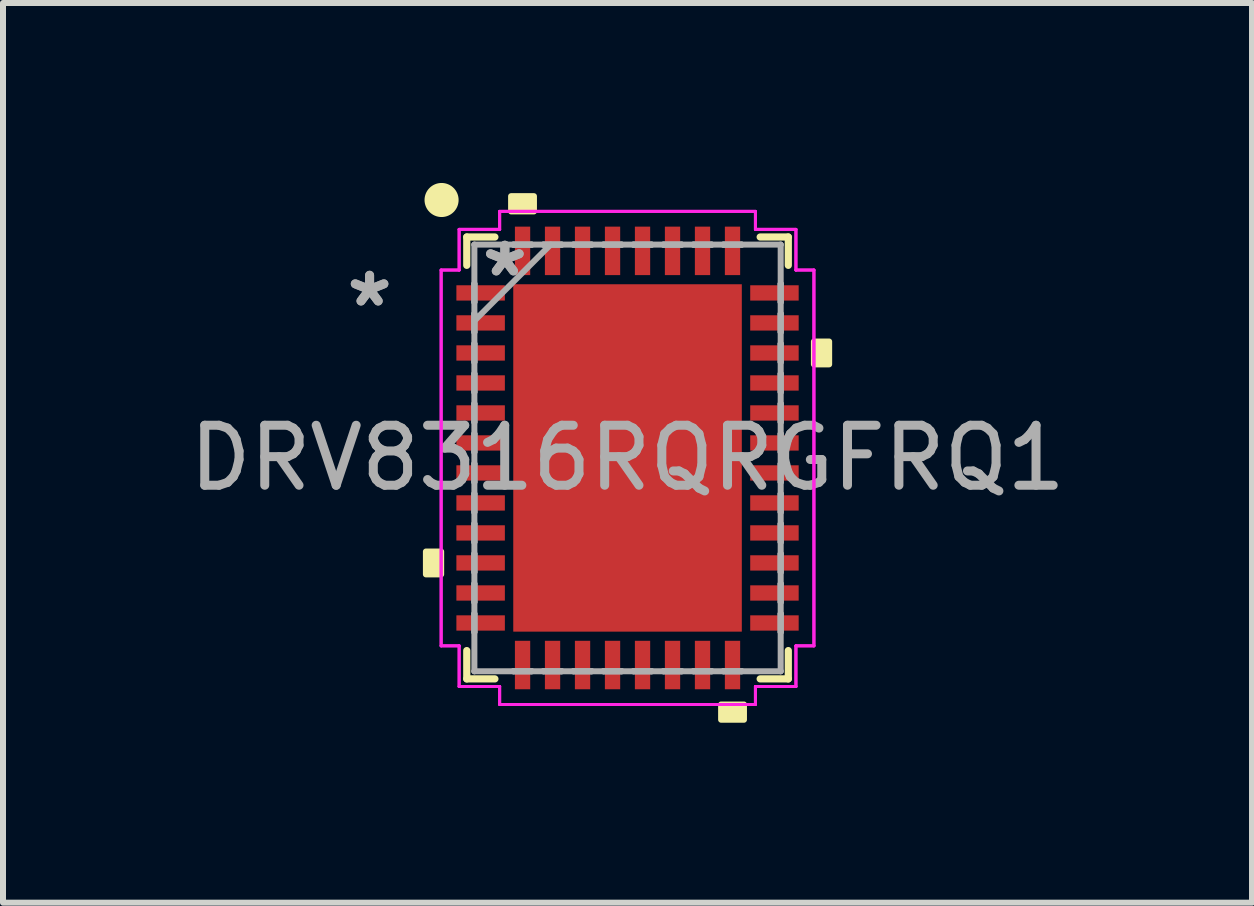
<source format=kicad_pcb>
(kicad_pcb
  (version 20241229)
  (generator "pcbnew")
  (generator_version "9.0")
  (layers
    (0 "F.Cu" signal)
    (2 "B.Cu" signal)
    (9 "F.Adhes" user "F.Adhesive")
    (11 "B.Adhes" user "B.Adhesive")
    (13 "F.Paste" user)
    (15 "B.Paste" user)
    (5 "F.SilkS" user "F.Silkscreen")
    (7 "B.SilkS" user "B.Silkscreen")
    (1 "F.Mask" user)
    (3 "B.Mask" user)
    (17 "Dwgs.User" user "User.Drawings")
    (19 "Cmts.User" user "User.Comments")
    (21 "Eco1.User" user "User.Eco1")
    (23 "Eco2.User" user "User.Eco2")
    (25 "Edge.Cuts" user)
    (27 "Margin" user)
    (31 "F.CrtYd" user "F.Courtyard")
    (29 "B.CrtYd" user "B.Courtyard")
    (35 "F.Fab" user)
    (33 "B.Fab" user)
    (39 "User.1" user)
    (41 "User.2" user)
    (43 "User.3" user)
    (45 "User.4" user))
  (footprint "DRV8316RQRGFRQ1"
    (layer "F.Cu")
    (at 7.411 4.584)
    (property "Reference" "DRV8316RQRGFRQ1" (at 0 0 180) (layer "F.Fab") (effects (font (size 1 1) (thickness 0.15))))
    (attr through_hole)
    (fp_line (start -2.68 -3.683) (end -2.68 -3.211) (stroke (width 0.12) (type solid)) (layer "F.SilkS"))
    (fp_line (start -2.68 3.211) (end -2.68 3.683) (stroke (width 0.12) (type solid)) (layer "F.SilkS"))
    (fp_line (start -2.68 3.683) (end -2.211 3.683) (stroke (width 0.12) (type solid)) (layer "F.SilkS"))
    (fp_line (start -2.211 -3.683) (end -2.68 -3.683) (stroke (width 0.12) (type solid)) (layer "F.SilkS"))
    (fp_line (start 2.211 3.683) (end 2.68 3.683) (stroke (width 0.12) (type solid)) (layer "F.SilkS"))
    (fp_line (start 2.68 -3.683) (end 2.211 -3.683) (stroke (width 0.12) (type solid)) (layer "F.SilkS"))
    (fp_line (start 2.68 -3.211) (end 2.68 -3.683) (stroke (width 0.12) (type solid)) (layer "F.SilkS"))
    (fp_line (start 2.68 3.683) (end 2.68 3.211) (stroke (width 0.12) (type solid)) (layer "F.SilkS"))
    (fp_circle (center -3.1 -4.3) (end -2.876 -4.3) (stroke (width 0.12) (type solid)) (fill yes) (layer "F.SilkS"))
    (fp_poly (pts (xy -3.361 1.56) (xy -3.361 1.941) (xy -3.107 1.941) (xy -3.107 1.56)) (stroke (width 0.1) (type solid)) (fill yes) (layer "F.SilkS"))
    (fp_poly (pts (xy -1.941 -4.11) (xy -1.941 -4.364) (xy -1.56 -4.364) (xy -1.56 -4.11)) (stroke (width 0.1) (type solid)) (fill yes) (layer "F.SilkS"))
    (fp_poly (pts (xy 1.56 4.11) (xy 1.56 4.364) (xy 1.941 4.364) (xy 1.941 4.11)) (stroke (width 0.1) (type solid)) (fill yes) (layer "F.SilkS"))
    (fp_poly (pts (xy 3.361 -1.941) (xy 3.361 -1.56) (xy 3.107 -1.56) (xy 3.107 -1.941)) (stroke (width 0.1) (type solid)) (fill yes) (layer "F.SilkS"))
    (fp_poly (pts (xy -1.805 -2.796) (xy -1.805 -1.548) (xy -0.735 -1.548) (xy -0.735 -2.796)) (stroke (width 0.1) (type solid)) (fill yes) (layer "F.Paste"))
    (fp_poly (pts (xy -1.805 -1.348) (xy -1.805 -0.1) (xy -0.735 -0.1) (xy -0.735 -1.348)) (stroke (width 0.1) (type solid)) (fill yes) (layer "F.Paste"))
    (fp_poly (pts (xy -1.805 0.1) (xy -1.805 1.348) (xy -0.735 1.348) (xy -0.735 0.1)) (stroke (width 0.1) (type solid)) (fill yes) (layer "F.Paste"))
    (fp_poly (pts (xy -1.805 1.548) (xy -1.805 2.796) (xy -0.735 2.796) (xy -0.735 1.548)) (stroke (width 0.1) (type solid)) (fill yes) (layer "F.Paste"))
    (fp_poly (pts (xy -0.535 -2.796) (xy -0.535 -1.548) (xy 0.535 -1.548) (xy 0.535 -2.796)) (stroke (width 0.1) (type solid)) (fill yes) (layer "F.Paste"))
    (fp_poly (pts (xy -0.535 -1.348) (xy -0.535 -0.1) (xy 0.535 -0.1) (xy 0.535 -1.348)) (stroke (width 0.1) (type solid)) (fill yes) (layer "F.Paste"))
    (fp_poly (pts (xy -0.535 0.1) (xy -0.535 1.348) (xy 0.535 1.348) (xy 0.535 0.1)) (stroke (width 0.1) (type solid)) (fill yes) (layer "F.Paste"))
    (fp_poly (pts (xy -0.535 1.548) (xy -0.535 2.796) (xy 0.535 2.796) (xy 0.535 1.548)) (stroke (width 0.1) (type solid)) (fill yes) (layer "F.Paste"))
    (fp_poly (pts (xy 0.735 -2.796) (xy 0.735 -1.548) (xy 1.805 -1.548) (xy 1.805 -2.796)) (stroke (width 0.1) (type solid)) (fill yes) (layer "F.Paste"))
    (fp_poly (pts (xy 0.735 -1.348) (xy 0.735 -0.1) (xy 1.805 -0.1) (xy 1.805 -1.348)) (stroke (width 0.1) (type solid)) (fill yes) (layer "F.Paste"))
    (fp_poly (pts (xy 0.735 0.1) (xy 0.735 1.348) (xy 1.805 1.348) (xy 1.805 0.1)) (stroke (width 0.1) (type solid)) (fill yes) (layer "F.Paste"))
    (fp_poly (pts (xy 0.735 1.548) (xy 0.735 2.796) (xy 1.805 2.796) (xy 1.805 1.548)) (stroke (width 0.1) (type solid)) (fill yes) (layer "F.Paste"))
    (fp_line (start -3.107 -3.132) (end -2.807 -3.132) (stroke (width 0.05) (type solid)) (layer "F.CrtYd"))
    (fp_line (start -3.107 -3.132) (end -2.807 -3.132) (stroke (width 0.05) (type solid)) (layer "F.CrtYd"))
    (fp_line (start -3.107 3.132) (end -3.107 -3.132) (stroke (width 0.05) (type solid)) (layer "F.CrtYd"))
    (fp_line (start -3.107 3.132) (end -3.107 -3.132) (stroke (width 0.05) (type solid)) (layer "F.CrtYd"))
    (fp_line (start -2.807 -3.81) (end -2.132 -3.81) (stroke (width 0.05) (type solid)) (layer "F.CrtYd"))
    (fp_line (start -2.807 -3.81) (end -2.132 -3.81) (stroke (width 0.05) (type solid)) (layer "F.CrtYd"))
    (fp_line (start -2.807 -3.132) (end -2.807 -3.81) (stroke (width 0.05) (type solid)) (layer "F.CrtYd"))
    (fp_line (start -2.807 -3.132) (end -2.807 -3.81) (stroke (width 0.05) (type solid)) (layer "F.CrtYd"))
    (fp_line (start -2.807 3.132) (end -3.107 3.132) (stroke (width 0.05) (type solid)) (layer "F.CrtYd"))
    (fp_line (start -2.807 3.132) (end -3.107 3.132) (stroke (width 0.05) (type solid)) (layer "F.CrtYd"))
    (fp_line (start -2.807 3.81) (end -2.807 3.132) (stroke (width 0.05) (type solid)) (layer "F.CrtYd"))
    (fp_line (start -2.807 3.81) (end -2.807 3.132) (stroke (width 0.05) (type solid)) (layer "F.CrtYd"))
    (fp_line (start -2.132 -4.11) (end 2.132 -4.11) (stroke (width 0.05) (type solid)) (layer "F.CrtYd"))
    (fp_line (start -2.132 -4.11) (end 2.132 -4.11) (stroke (width 0.05) (type solid)) (layer "F.CrtYd"))
    (fp_line (start -2.132 -3.81) (end -2.132 -4.11) (stroke (width 0.05) (type solid)) (layer "F.CrtYd"))
    (fp_line (start -2.132 -3.81) (end -2.132 -4.11) (stroke (width 0.05) (type solid)) (layer "F.CrtYd"))
    (fp_line (start -2.132 3.81) (end -2.807 3.81) (stroke (width 0.05) (type solid)) (layer "F.CrtYd"))
    (fp_line (start -2.132 3.81) (end -2.807 3.81) (stroke (width 0.05) (type solid)) (layer "F.CrtYd"))
    (fp_line (start -2.132 4.11) (end -2.132 3.81) (stroke (width 0.05) (type solid)) (layer "F.CrtYd"))
    (fp_line (start -2.132 4.11) (end -2.132 3.81) (stroke (width 0.05) (type solid)) (layer "F.CrtYd"))
    (fp_line (start 2.132 -4.11) (end 2.132 -3.81) (stroke (width 0.05) (type solid)) (layer "F.CrtYd"))
    (fp_line (start 2.132 -4.11) (end 2.132 -3.81) (stroke (width 0.05) (type solid)) (layer "F.CrtYd"))
    (fp_line (start 2.132 -3.81) (end 2.807 -3.81) (stroke (width 0.05) (type solid)) (layer "F.CrtYd"))
    (fp_line (start 2.132 -3.81) (end 2.807 -3.81) (stroke (width 0.05) (type solid)) (layer "F.CrtYd"))
    (fp_line (start 2.132 3.81) (end 2.132 4.11) (stroke (width 0.05) (type solid)) (layer "F.CrtYd"))
    (fp_line (start 2.132 3.81) (end 2.132 4.11) (stroke (width 0.05) (type solid)) (layer "F.CrtYd"))
    (fp_line (start 2.132 4.11) (end -2.132 4.11) (stroke (width 0.05) (type solid)) (layer "F.CrtYd"))
    (fp_line (start 2.132 4.11) (end -2.132 4.11) (stroke (width 0.05) (type solid)) (layer "F.CrtYd"))
    (fp_line (start 2.807 -3.81) (end 2.807 -3.132) (stroke (width 0.05) (type solid)) (layer "F.CrtYd"))
    (fp_line (start 2.807 -3.81) (end 2.807 -3.132) (stroke (width 0.05) (type solid)) (layer "F.CrtYd"))
    (fp_line (start 2.807 -3.132) (end 3.107 -3.132) (stroke (width 0.05) (type solid)) (layer "F.CrtYd"))
    (fp_line (start 2.807 -3.132) (end 3.107 -3.132) (stroke (width 0.05) (type solid)) (layer "F.CrtYd"))
    (fp_line (start 2.807 3.132) (end 2.807 3.81) (stroke (width 0.05) (type solid)) (layer "F.CrtYd"))
    (fp_line (start 2.807 3.132) (end 2.807 3.81) (stroke (width 0.05) (type solid)) (layer "F.CrtYd"))
    (fp_line (start 2.807 3.81) (end 2.132 3.81) (stroke (width 0.05) (type solid)) (layer "F.CrtYd"))
    (fp_line (start 2.807 3.81) (end 2.132 3.81) (stroke (width 0.05) (type solid)) (layer "F.CrtYd"))
    (fp_line (start 3.107 -3.132) (end 3.107 3.132) (stroke (width 0.05) (type solid)) (layer "F.CrtYd"))
    (fp_line (start 3.107 -3.132) (end 3.107 3.132) (stroke (width 0.05) (type solid)) (layer "F.CrtYd"))
    (fp_line (start 3.107 3.132) (end 2.807 3.132) (stroke (width 0.05) (type solid)) (layer "F.CrtYd"))
    (fp_line (start 3.107 3.132) (end 2.807 3.132) (stroke (width 0.05) (type solid)) (layer "F.CrtYd"))
    (fp_line (start -2.553 -3.556) (end -2.553 -3.556) (stroke (width 0.1) (type solid)) (layer "F.Fab"))
    (fp_line (start -2.553 -3.556) (end -2.553 3.556) (stroke (width 0.1) (type solid)) (layer "F.Fab"))
    (fp_line (start -2.553 -2.903) (end -2.553 -2.903) (stroke (width 0.1) (type solid)) (layer "F.Fab"))
    (fp_line (start -2.553 -2.903) (end -2.553 -2.598) (stroke (width 0.1) (type solid)) (layer "F.Fab"))
    (fp_line (start -2.553 -2.598) (end -2.553 -2.903) (stroke (width 0.1) (type solid)) (layer "F.Fab"))
    (fp_line (start -2.553 -2.598) (end -2.553 -2.598) (stroke (width 0.1) (type solid)) (layer "F.Fab"))
    (fp_line (start -2.553 -2.403) (end -2.553 -2.403) (stroke (width 0.1) (type solid)) (layer "F.Fab"))
    (fp_line (start -2.553 -2.403) (end -2.553 -2.098) (stroke (width 0.1) (type solid)) (layer "F.Fab"))
    (fp_line (start -2.553 -2.286) (end -1.283 -3.556) (stroke (width 0.1) (type solid)) (layer "F.Fab"))
    (fp_line (start -2.553 -2.098) (end -2.553 -2.403) (stroke (width 0.1) (type solid)) (layer "F.Fab"))
    (fp_line (start -2.553 -2.098) (end -2.553 -2.098) (stroke (width 0.1) (type solid)) (layer "F.Fab"))
    (fp_line (start -2.553 -1.903) (end -2.553 -1.903) (stroke (width 0.1) (type solid)) (layer "F.Fab"))
    (fp_line (start -2.553 -1.903) (end -2.553 -1.598) (stroke (width 0.1) (type solid)) (layer "F.Fab"))
    (fp_line (start -2.553 -1.598) (end -2.553 -1.903) (stroke (width 0.1) (type solid)) (layer "F.Fab"))
    (fp_line (start -2.553 -1.598) (end -2.553 -1.598) (stroke (width 0.1) (type solid)) (layer "F.Fab"))
    (fp_line (start -2.553 -1.403) (end -2.553 -1.403) (stroke (width 0.1) (type solid)) (layer "F.Fab"))
    (fp_line (start -2.553 -1.403) (end -2.553 -1.098) (stroke (width 0.1) (type solid)) (layer "F.Fab"))
    (fp_line (start -2.553 -1.098) (end -2.553 -1.403) (stroke (width 0.1) (type solid)) (layer "F.Fab"))
    (fp_line (start -2.553 -1.098) (end -2.553 -1.098) (stroke (width 0.1) (type solid)) (layer "F.Fab"))
    (fp_line (start -2.553 -0.903) (end -2.553 -0.903) (stroke (width 0.1) (type solid)) (layer "F.Fab"))
    (fp_line (start -2.553 -0.903) (end -2.553 -0.598) (stroke (width 0.1) (type solid)) (layer "F.Fab"))
    (fp_line (start -2.553 -0.598) (end -2.553 -0.903) (stroke (width 0.1) (type solid)) (layer "F.Fab"))
    (fp_line (start -2.553 -0.598) (end -2.553 -0.598) (stroke (width 0.1) (type solid)) (layer "F.Fab"))
    (fp_line (start -2.553 -0.402) (end -2.553 -0.402) (stroke (width 0.1) (type solid)) (layer "F.Fab"))
    (fp_line (start -2.553 -0.402) (end -2.553 -0.098) (stroke (width 0.1) (type solid)) (layer "F.Fab"))
    (fp_line (start -2.553 -0.098) (end -2.553 -0.402) (stroke (width 0.1) (type solid)) (layer "F.Fab"))
    (fp_line (start -2.553 -0.098) (end -2.553 -0.098) (stroke (width 0.1) (type solid)) (layer "F.Fab"))
    (fp_line (start -2.553 0.098) (end -2.553 0.098) (stroke (width 0.1) (type solid)) (layer "F.Fab"))
    (fp_line (start -2.553 0.098) (end -2.553 0.402) (stroke (width 0.1) (type solid)) (layer "F.Fab"))
    (fp_line (start -2.553 0.402) (end -2.553 0.098) (stroke (width 0.1) (type solid)) (layer "F.Fab"))
    (fp_line (start -2.553 0.402) (end -2.553 0.402) (stroke (width 0.1) (type solid)) (layer "F.Fab"))
    (fp_line (start -2.553 0.598) (end -2.553 0.598) (stroke (width 0.1) (type solid)) (layer "F.Fab"))
    (fp_line (start -2.553 0.598) (end -2.553 0.903) (stroke (width 0.1) (type solid)) (layer "F.Fab"))
    (fp_line (start -2.553 0.903) (end -2.553 0.598) (stroke (width 0.1) (type solid)) (layer "F.Fab"))
    (fp_line (start -2.553 0.903) (end -2.553 0.903) (stroke (width 0.1) (type solid)) (layer "F.Fab"))
    (fp_line (start -2.553 1.098) (end -2.553 1.098) (stroke (width 0.1) (type solid)) (layer "F.Fab"))
    (fp_line (start -2.553 1.098) (end -2.553 1.403) (stroke (width 0.1) (type solid)) (layer "F.Fab"))
    (fp_line (start -2.553 1.403) (end -2.553 1.098) (stroke (width 0.1) (type solid)) (layer "F.Fab"))
    (fp_line (start -2.553 1.403) (end -2.553 1.403) (stroke (width 0.1) (type solid)) (layer "F.Fab"))
    (fp_line (start -2.553 1.598) (end -2.553 1.598) (stroke (width 0.1) (type solid)) (layer "F.Fab"))
    (fp_line (start -2.553 1.598) (end -2.553 1.903) (stroke (width 0.1) (type solid)) (layer "F.Fab"))
    (fp_line (start -2.553 1.903) (end -2.553 1.598) (stroke (width 0.1) (type solid)) (layer "F.Fab"))
    (fp_line (start -2.553 1.903) (end -2.553 1.903) (stroke (width 0.1) (type solid)) (layer "F.Fab"))
    (fp_line (start -2.553 2.098) (end -2.553 2.098) (stroke (width 0.1) (type solid)) (layer "F.Fab"))
    (fp_line (start -2.553 2.098) (end -2.553 2.403) (stroke (width 0.1) (type solid)) (layer "F.Fab"))
    (fp_line (start -2.553 2.403) (end -2.553 2.098) (stroke (width 0.1) (type solid)) (layer "F.Fab"))
    (fp_line (start -2.553 2.403) (end -2.553 2.403) (stroke (width 0.1) (type solid)) (layer "F.Fab"))
    (fp_line (start -2.553 2.598) (end -2.553 2.598) (stroke (width 0.1) (type solid)) (layer "F.Fab"))
    (fp_line (start -2.553 2.598) (end -2.553 2.903) (stroke (width 0.1) (type solid)) (layer "F.Fab"))
    (fp_line (start -2.553 2.903) (end -2.553 2.598) (stroke (width 0.1) (type solid)) (layer "F.Fab"))
    (fp_line (start -2.553 2.903) (end -2.553 2.903) (stroke (width 0.1) (type solid)) (layer "F.Fab"))
    (fp_line (start -2.553 3.556) (end -2.553 3.556) (stroke (width 0.1) (type solid)) (layer "F.Fab"))
    (fp_line (start -2.553 3.556) (end 2.553 3.556) (stroke (width 0.1) (type solid)) (layer "F.Fab"))
    (fp_line (start -1.903 -3.556) (end -1.903 -3.556) (stroke (width 0.1) (type solid)) (layer "F.Fab"))
    (fp_line (start -1.903 -3.556) (end -1.598 -3.556) (stroke (width 0.1) (type solid)) (layer "F.Fab"))
    (fp_line (start -1.903 3.556) (end -1.903 3.556) (stroke (width 0.1) (type solid)) (layer "F.Fab"))
    (fp_line (start -1.903 3.556) (end -1.598 3.556) (stroke (width 0.1) (type solid)) (layer "F.Fab"))
    (fp_line (start -1.598 -3.556) (end -1.903 -3.556) (stroke (width 0.1) (type solid)) (layer "F.Fab"))
    (fp_line (start -1.598 -3.556) (end -1.598 -3.556) (stroke (width 0.1) (type solid)) (layer "F.Fab"))
    (fp_line (start -1.598 3.556) (end -1.903 3.556) (stroke (width 0.1) (type solid)) (layer "F.Fab"))
    (fp_line (start -1.598 3.556) (end -1.598 3.556) (stroke (width 0.1) (type solid)) (layer "F.Fab"))
    (fp_line (start -1.403 -3.556) (end -1.403 -3.556) (stroke (width 0.1) (type solid)) (layer "F.Fab"))
    (fp_line (start -1.403 -3.556) (end -1.098 -3.556) (stroke (width 0.1) (type solid)) (layer "F.Fab"))
    (fp_line (start -1.403 3.556) (end -1.403 3.556) (stroke (width 0.1) (type solid)) (layer "F.Fab"))
    (fp_line (start -1.403 3.556) (end -1.098 3.556) (stroke (width 0.1) (type solid)) (layer "F.Fab"))
    (fp_line (start -1.098 -3.556) (end -1.403 -3.556) (stroke (width 0.1) (type solid)) (layer "F.Fab"))
    (fp_line (start -1.098 -3.556) (end -1.098 -3.556) (stroke (width 0.1) (type solid)) (layer "F.Fab"))
    (fp_line (start -1.098 3.556) (end -1.403 3.556) (stroke (width 0.1) (type solid)) (layer "F.Fab"))
    (fp_line (start -1.098 3.556) (end -1.098 3.556) (stroke (width 0.1) (type solid)) (layer "F.Fab"))
    (fp_line (start -0.903 -3.556) (end -0.903 -3.556) (stroke (width 0.1) (type solid)) (layer "F.Fab"))
    (fp_line (start -0.903 -3.556) (end -0.598 -3.556) (stroke (width 0.1) (type solid)) (layer "F.Fab"))
    (fp_line (start -0.903 3.556) (end -0.903 3.556) (stroke (width 0.1) (type solid)) (layer "F.Fab"))
    (fp_line (start -0.903 3.556) (end -0.598 3.556) (stroke (width 0.1) (type solid)) (layer "F.Fab"))
    (fp_line (start -0.598 -3.556) (end -0.903 -3.556) (stroke (width 0.1) (type solid)) (layer "F.Fab"))
    (fp_line (start -0.598 -3.556) (end -0.598 -3.556) (stroke (width 0.1) (type solid)) (layer "F.Fab"))
    (fp_line (start -0.598 3.556) (end -0.903 3.556) (stroke (width 0.1) (type solid)) (layer "F.Fab"))
    (fp_line (start -0.598 3.556) (end -0.598 3.556) (stroke (width 0.1) (type solid)) (layer "F.Fab"))
    (fp_line (start -0.402 -3.556) (end -0.402 -3.556) (stroke (width 0.1) (type solid)) (layer "F.Fab"))
    (fp_line (start -0.402 -3.556) (end -0.098 -3.556) (stroke (width 0.1) (type solid)) (layer "F.Fab"))
    (fp_line (start -0.402 3.556) (end -0.402 3.556) (stroke (width 0.1) (type solid)) (layer "F.Fab"))
    (fp_line (start -0.402 3.556) (end -0.098 3.556) (stroke (width 0.1) (type solid)) (layer "F.Fab"))
    (fp_line (start -0.098 -3.556) (end -0.402 -3.556) (stroke (width 0.1) (type solid)) (layer "F.Fab"))
    (fp_line (start -0.098 -3.556) (end -0.098 -3.556) (stroke (width 0.1) (type solid)) (layer "F.Fab"))
    (fp_line (start -0.098 3.556) (end -0.402 3.556) (stroke (width 0.1) (type solid)) (layer "F.Fab"))
    (fp_line (start -0.098 3.556) (end -0.098 3.556) (stroke (width 0.1) (type solid)) (layer "F.Fab"))
    (fp_line (start 0.098 -3.556) (end 0.098 -3.556) (stroke (width 0.1) (type solid)) (layer "F.Fab"))
    (fp_line (start 0.098 -3.556) (end 0.402 -3.556) (stroke (width 0.1) (type solid)) (layer "F.Fab"))
    (fp_line (start 0.098 3.556) (end 0.098 3.556) (stroke (width 0.1) (type solid)) (layer "F.Fab"))
    (fp_line (start 0.098 3.556) (end 0.402 3.556) (stroke (width 0.1) (type solid)) (layer "F.Fab"))
    (fp_line (start 0.402 -3.556) (end 0.098 -3.556) (stroke (width 0.1) (type solid)) (layer "F.Fab"))
    (fp_line (start 0.402 -3.556) (end 0.402 -3.556) (stroke (width 0.1) (type solid)) (layer "F.Fab"))
    (fp_line (start 0.402 3.556) (end 0.098 3.556) (stroke (width 0.1) (type solid)) (layer "F.Fab"))
    (fp_line (start 0.402 3.556) (end 0.402 3.556) (stroke (width 0.1) (type solid)) (layer "F.Fab"))
    (fp_line (start 0.598 -3.556) (end 0.598 -3.556) (stroke (width 0.1) (type solid)) (layer "F.Fab"))
    (fp_line (start 0.598 -3.556) (end 0.903 -3.556) (stroke (width 0.1) (type solid)) (layer "F.Fab"))
    (fp_line (start 0.598 3.556) (end 0.598 3.556) (stroke (width 0.1) (type solid)) (layer "F.Fab"))
    (fp_line (start 0.598 3.556) (end 0.903 3.556) (stroke (width 0.1) (type solid)) (layer "F.Fab"))
    (fp_line (start 0.903 -3.556) (end 0.598 -3.556) (stroke (width 0.1) (type solid)) (layer "F.Fab"))
    (fp_line (start 0.903 -3.556) (end 0.903 -3.556) (stroke (width 0.1) (type solid)) (layer "F.Fab"))
    (fp_line (start 0.903 3.556) (end 0.598 3.556) (stroke (width 0.1) (type solid)) (layer "F.Fab"))
    (fp_line (start 0.903 3.556) (end 0.903 3.556) (stroke (width 0.1) (type solid)) (layer "F.Fab"))
    (fp_line (start 1.098 -3.556) (end 1.098 -3.556) (stroke (width 0.1) (type solid)) (layer "F.Fab"))
    (fp_line (start 1.098 -3.556) (end 1.403 -3.556) (stroke (width 0.1) (type solid)) (layer "F.Fab"))
    (fp_line (start 1.098 3.556) (end 1.098 3.556) (stroke (width 0.1) (type solid)) (layer "F.Fab"))
    (fp_line (start 1.098 3.556) (end 1.403 3.556) (stroke (width 0.1) (type solid)) (layer "F.Fab"))
    (fp_line (start 1.403 -3.556) (end 1.098 -3.556) (stroke (width 0.1) (type solid)) (layer "F.Fab"))
    (fp_line (start 1.403 -3.556) (end 1.403 -3.556) (stroke (width 0.1) (type solid)) (layer "F.Fab"))
    (fp_line (start 1.403 3.556) (end 1.098 3.556) (stroke (width 0.1) (type solid)) (layer "F.Fab"))
    (fp_line (start 1.403 3.556) (end 1.403 3.556) (stroke (width 0.1) (type solid)) (layer "F.Fab"))
    (fp_line (start 1.598 -3.556) (end 1.598 -3.556) (stroke (width 0.1) (type solid)) (layer "F.Fab"))
    (fp_line (start 1.598 -3.556) (end 1.903 -3.556) (stroke (width 0.1) (type solid)) (layer "F.Fab"))
    (fp_line (start 1.598 3.556) (end 1.598 3.556) (stroke (width 0.1) (type solid)) (layer "F.Fab"))
    (fp_line (start 1.598 3.556) (end 1.903 3.556) (stroke (width 0.1) (type solid)) (layer "F.Fab"))
    (fp_line (start 1.903 -3.556) (end 1.598 -3.556) (stroke (width 0.1) (type solid)) (layer "F.Fab"))
    (fp_line (start 1.903 -3.556) (end 1.903 -3.556) (stroke (width 0.1) (type solid)) (layer "F.Fab"))
    (fp_line (start 1.903 3.556) (end 1.598 3.556) (stroke (width 0.1) (type solid)) (layer "F.Fab"))
    (fp_line (start 1.903 3.556) (end 1.903 3.556) (stroke (width 0.1) (type solid)) (layer "F.Fab"))
    (fp_line (start 2.553 -3.556) (end -2.553 -3.556) (stroke (width 0.1) (type solid)) (layer "F.Fab"))
    (fp_line (start 2.553 -3.556) (end 2.553 -3.556) (stroke (width 0.1) (type solid)) (layer "F.Fab"))
    (fp_line (start 2.553 -2.903) (end 2.553 -2.903) (stroke (width 0.1) (type solid)) (layer "F.Fab"))
    (fp_line (start 2.553 -2.903) (end 2.553 -2.598) (stroke (width 0.1) (type solid)) (layer "F.Fab"))
    (fp_line (start 2.553 -2.598) (end 2.553 -2.903) (stroke (width 0.1) (type solid)) (layer "F.Fab"))
    (fp_line (start 2.553 -2.598) (end 2.553 -2.598) (stroke (width 0.1) (type solid)) (layer "F.Fab"))
    (fp_line (start 2.553 -2.403) (end 2.553 -2.403) (stroke (width 0.1) (type solid)) (layer "F.Fab"))
    (fp_line (start 2.553 -2.403) (end 2.553 -2.098) (stroke (width 0.1) (type solid)) (layer "F.Fab"))
    (fp_line (start 2.553 -2.098) (end 2.553 -2.403) (stroke (width 0.1) (type solid)) (layer "F.Fab"))
    (fp_line (start 2.553 -2.098) (end 2.553 -2.098) (stroke (width 0.1) (type solid)) (layer "F.Fab"))
    (fp_line (start 2.553 -1.903) (end 2.553 -1.903) (stroke (width 0.1) (type solid)) (layer "F.Fab"))
    (fp_line (start 2.553 -1.903) (end 2.553 -1.598) (stroke (width 0.1) (type solid)) (layer "F.Fab"))
    (fp_line (start 2.553 -1.598) (end 2.553 -1.903) (stroke (width 0.1) (type solid)) (layer "F.Fab"))
    (fp_line (start 2.553 -1.598) (end 2.553 -1.598) (stroke (width 0.1) (type solid)) (layer "F.Fab"))
    (fp_line (start 2.553 -1.403) (end 2.553 -1.403) (stroke (width 0.1) (type solid)) (layer "F.Fab"))
    (fp_line (start 2.553 -1.403) (end 2.553 -1.098) (stroke (width 0.1) (type solid)) (layer "F.Fab"))
    (fp_line (start 2.553 -1.098) (end 2.553 -1.403) (stroke (width 0.1) (type solid)) (layer "F.Fab"))
    (fp_line (start 2.553 -1.098) (end 2.553 -1.098) (stroke (width 0.1) (type solid)) (layer "F.Fab"))
    (fp_line (start 2.553 -0.903) (end 2.553 -0.903) (stroke (width 0.1) (type solid)) (layer "F.Fab"))
    (fp_line (start 2.553 -0.903) (end 2.553 -0.598) (stroke (width 0.1) (type solid)) (layer "F.Fab"))
    (fp_line (start 2.553 -0.598) (end 2.553 -0.903) (stroke (width 0.1) (type solid)) (layer "F.Fab"))
    (fp_line (start 2.553 -0.598) (end 2.553 -0.598) (stroke (width 0.1) (type solid)) (layer "F.Fab"))
    (fp_line (start 2.553 -0.402) (end 2.553 -0.402) (stroke (width 0.1) (type solid)) (layer "F.Fab"))
    (fp_line (start 2.553 -0.402) (end 2.553 -0.098) (stroke (width 0.1) (type solid)) (layer "F.Fab"))
    (fp_line (start 2.553 -0.098) (end 2.553 -0.402) (stroke (width 0.1) (type solid)) (layer "F.Fab"))
    (fp_line (start 2.553 -0.098) (end 2.553 -0.098) (stroke (width 0.1) (type solid)) (layer "F.Fab"))
    (fp_line (start 2.553 0.098) (end 2.553 0.098) (stroke (width 0.1) (type solid)) (layer "F.Fab"))
    (fp_line (start 2.553 0.098) (end 2.553 0.402) (stroke (width 0.1) (type solid)) (layer "F.Fab"))
    (fp_line (start 2.553 0.402) (end 2.553 0.098) (stroke (width 0.1) (type solid)) (layer "F.Fab"))
    (fp_line (start 2.553 0.402) (end 2.553 0.402) (stroke (width 0.1) (type solid)) (layer "F.Fab"))
    (fp_line (start 2.553 0.598) (end 2.553 0.598) (stroke (width 0.1) (type solid)) (layer "F.Fab"))
    (fp_line (start 2.553 0.598) (end 2.553 0.903) (stroke (width 0.1) (type solid)) (layer "F.Fab"))
    (fp_line (start 2.553 0.903) (end 2.553 0.598) (stroke (width 0.1) (type solid)) (layer "F.Fab"))
    (fp_line (start 2.553 0.903) (end 2.553 0.903) (stroke (width 0.1) (type solid)) (layer "F.Fab"))
    (fp_line (start 2.553 1.098) (end 2.553 1.098) (stroke (width 0.1) (type solid)) (layer "F.Fab"))
    (fp_line (start 2.553 1.098) (end 2.553 1.403) (stroke (width 0.1) (type solid)) (layer "F.Fab"))
    (fp_line (start 2.553 1.403) (end 2.553 1.098) (stroke (width 0.1) (type solid)) (layer "F.Fab"))
    (fp_line (start 2.553 1.403) (end 2.553 1.403) (stroke (width 0.1) (type solid)) (layer "F.Fab"))
    (fp_line (start 2.553 1.598) (end 2.553 1.598) (stroke (width 0.1) (type solid)) (layer "F.Fab"))
    (fp_line (start 2.553 1.598) (end 2.553 1.903) (stroke (width 0.1) (type solid)) (layer "F.Fab"))
    (fp_line (start 2.553 1.903) (end 2.553 1.598) (stroke (width 0.1) (type solid)) (layer "F.Fab"))
    (fp_line (start 2.553 1.903) (end 2.553 1.903) (stroke (width 0.1) (type solid)) (layer "F.Fab"))
    (fp_line (start 2.553 2.098) (end 2.553 2.098) (stroke (width 0.1) (type solid)) (layer "F.Fab"))
    (fp_line (start 2.553 2.098) (end 2.553 2.403) (stroke (width 0.1) (type solid)) (layer "F.Fab"))
    (fp_line (start 2.553 2.403) (end 2.553 2.098) (stroke (width 0.1) (type solid)) (layer "F.Fab"))
    (fp_line (start 2.553 2.403) (end 2.553 2.403) (stroke (width 0.1) (type solid)) (layer "F.Fab"))
    (fp_line (start 2.553 2.598) (end 2.553 2.598) (stroke (width 0.1) (type solid)) (layer "F.Fab"))
    (fp_line (start 2.553 2.598) (end 2.553 2.903) (stroke (width 0.1) (type solid)) (layer "F.Fab"))
    (fp_line (start 2.553 2.903) (end 2.553 2.598) (stroke (width 0.1) (type solid)) (layer "F.Fab"))
    (fp_line (start 2.553 2.903) (end 2.553 2.903) (stroke (width 0.1) (type solid)) (layer "F.Fab"))
    (fp_line (start 2.553 3.556) (end 2.553 -3.556) (stroke (width 0.1) (type solid)) (layer "F.Fab"))
    (fp_line (start 2.553 3.556) (end 2.553 3.556) (stroke (width 0.1) (type solid)) (layer "F.Fab"))
    (fp_text user "*" (at -2.045 -3.001 180) (layer "F.Fab") (effects (font (size 1 1) (thickness 0.15))))
    (fp_text user "*" (at -2.045 -3.001 180) (layer "F.Fab") (effects (font (size 1 1) (thickness 0.15))))
    (fp_text user "*" (at -4.3 -2.5 180) (layer "F.Fab") (effects (font (size 1 1) (thickness 0.15))))
    (fp_text user "*" (at -4.3 -2.5 180) (layer "F.Fab") (effects (font (size 1 1) (thickness 0.15))))
    (pad "1" smd rect (at -2.449 -2.751 90) (size 0.255 0.808) (layers "F.Cu" "F.Mask" "F.Paste"))
    (pad "2" smd rect (at -2.449 -2.251 90) (size 0.255 0.808) (layers "F.Cu" "F.Mask" "F.Paste"))
    (pad "3" smd rect (at -2.449 -1.75 90) (size 0.255 0.808) (layers "F.Cu" "F.Mask" "F.Paste"))
    (pad "4" smd rect (at -2.449 -1.25 90) (size 0.255 0.808) (layers "F.Cu" "F.Mask" "F.Paste"))
    (pad "5" smd rect (at -2.449 -0.75 90) (size 0.255 0.808) (layers "F.Cu" "F.Mask" "F.Paste"))
    (pad "6" smd rect (at -2.449 -0.25 90) (size 0.255 0.808) (layers "F.Cu" "F.Mask" "F.Paste"))
    (pad "7" smd rect (at -2.449 0.25 90) (size 0.255 0.808) (layers "F.Cu" "F.Mask" "F.Paste"))
    (pad "8" smd rect (at -2.449 0.75 90) (size 0.255 0.808) (layers "F.Cu" "F.Mask" "F.Paste"))
    (pad "9" smd rect (at -2.449 1.25 90) (size 0.255 0.808) (layers "F.Cu" "F.Mask" "F.Paste"))
    (pad "10" smd rect (at -2.449 1.75 90) (size 0.255 0.808) (layers "F.Cu" "F.Mask" "F.Paste"))
    (pad "11" smd rect (at -2.449 2.251 90) (size 0.255 0.808) (layers "F.Cu" "F.Mask" "F.Paste"))
    (pad "12" smd rect (at -2.449 2.751 90) (size 0.255 0.808) (layers "F.Cu" "F.Mask" "F.Paste"))
    (pad "13" smd rect (at -1.75 3.452) (size 0.255 0.808) (layers "F.Cu" "F.Mask" "F.Paste"))
    (pad "14" smd rect (at -1.25 3.452) (size 0.255 0.808) (layers "F.Cu" "F.Mask" "F.Paste"))
    (pad "15" smd rect (at -0.75 3.452) (size 0.255 0.808) (layers "F.Cu" "F.Mask" "F.Paste"))
    (pad "16" smd rect (at -0.25 3.452) (size 0.255 0.808) (layers "F.Cu" "F.Mask" "F.Paste"))
    (pad "17" smd rect (at 0.25 3.452) (size 0.255 0.808) (layers "F.Cu" "F.Mask" "F.Paste"))
    (pad "18" smd rect (at 0.75 3.452) (size 0.255 0.808) (layers "F.Cu" "F.Mask" "F.Paste"))
    (pad "19" smd rect (at 1.25 3.452) (size 0.255 0.808) (layers "F.Cu" "F.Mask" "F.Paste"))
    (pad "20" smd rect (at 1.75 3.452) (size 0.255 0.808) (layers "F.Cu" "F.Mask" "F.Paste"))
    (pad "21" smd rect (at 2.449 2.751 90) (size 0.255 0.808) (layers "F.Cu" "F.Mask" "F.Paste"))
    (pad "22" smd rect (at 2.449 2.251 90) (size 0.255 0.808) (layers "F.Cu" "F.Mask" "F.Paste"))
    (pad "23" smd rect (at 2.449 1.75 90) (size 0.255 0.808) (layers "F.Cu" "F.Mask" "F.Paste"))
    (pad "24" smd rect (at 2.449 1.25 90) (size 0.255 0.808) (layers "F.Cu" "F.Mask" "F.Paste"))
    (pad "25" smd rect (at 2.449 0.75 90) (size 0.255 0.808) (layers "F.Cu" "F.Mask" "F.Paste"))
    (pad "26" smd rect (at 2.449 0.25 90) (size 0.255 0.808) (layers "F.Cu" "F.Mask" "F.Paste"))
    (pad "27" smd rect (at 2.449 -0.25 90) (size 0.255 0.808) (layers "F.Cu" "F.Mask" "F.Paste"))
    (pad "28" smd rect (at 2.449 -0.75 90) (size 0.255 0.808) (layers "F.Cu" "F.Mask" "F.Paste"))
    (pad "29" smd rect (at 2.449 -1.25 90) (size 0.255 0.808) (layers "F.Cu" "F.Mask" "F.Paste"))
    (pad "30" smd rect (at 2.449 -1.75 90) (size 0.255 0.808) (layers "F.Cu" "F.Mask" "F.Paste"))
    (pad "31" smd rect (at 2.449 -2.251 90) (size 0.255 0.808) (layers "F.Cu" "F.Mask" "F.Paste"))
    (pad "32" smd rect (at 2.449 -2.751 90) (size 0.255 0.808) (layers "F.Cu" "F.Mask" "F.Paste"))
    (pad "33" smd rect (at 1.75 -3.452) (size 0.255 0.808) (layers "F.Cu" "F.Mask" "F.Paste"))
    (pad "34" smd rect (at 1.25 -3.452) (size 0.255 0.808) (layers "F.Cu" "F.Mask" "F.Paste"))
    (pad "35" smd rect (at 0.75 -3.452) (size 0.255 0.808) (layers "F.Cu" "F.Mask" "F.Paste"))
    (pad "36" smd rect (at 0.25 -3.452) (size 0.255 0.808) (layers "F.Cu" "F.Mask" "F.Paste"))
    (pad "37" smd rect (at -0.25 -3.452) (size 0.255 0.808) (layers "F.Cu" "F.Mask" "F.Paste"))
    (pad "38" smd rect (at -0.75 -3.452) (size 0.255 0.808) (layers "F.Cu" "F.Mask" "F.Paste"))
    (pad "39" smd rect (at -1.25 -3.452) (size 0.255 0.808) (layers "F.Cu" "F.Mask" "F.Paste"))
    (pad "40" smd rect (at -1.75 -3.452) (size 0.255 0.808) (layers "F.Cu" "F.Mask" "F.Paste"))
    (pad "41" smd rect (at 0 0) (size 3.81 5.791) (layers "F.Cu" "F.Mask")))
  (gr_rect
    (start -3 -3)
    (end 17.821 11.998)
    (stroke (width 0.1) (type default))
    (fill no)
    (layer "Edge.Cuts")))
</source>
